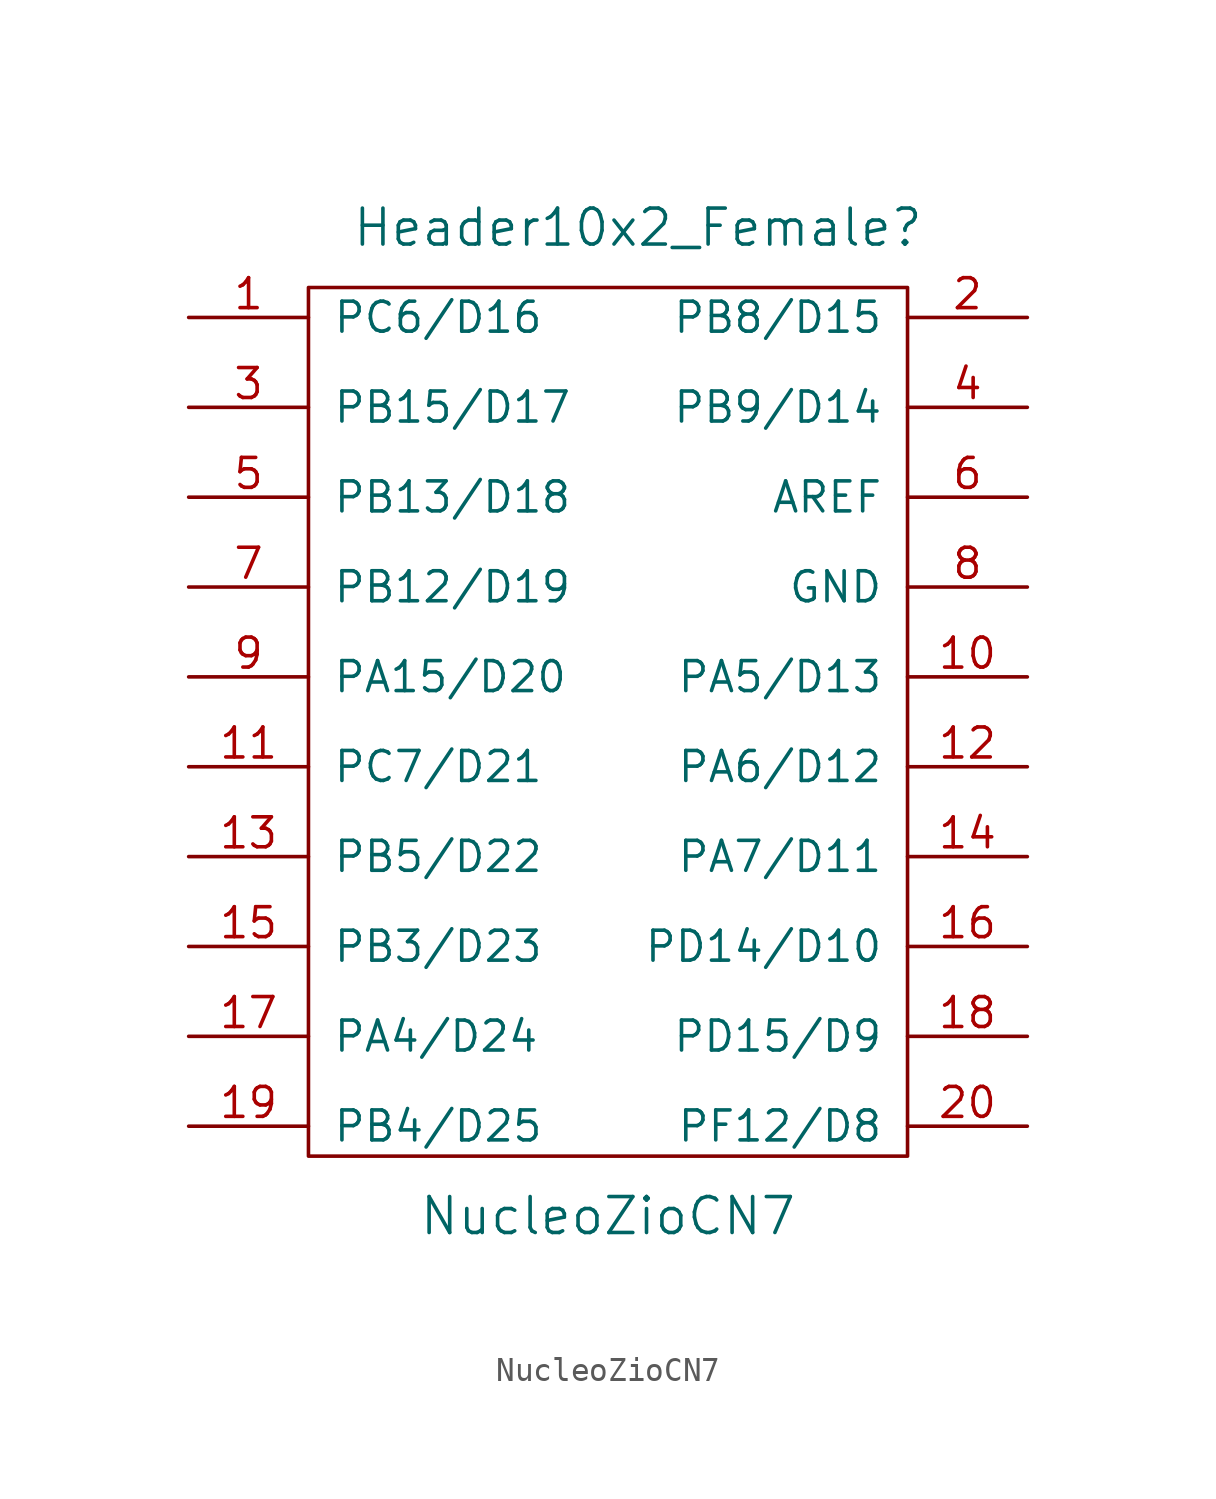
<source format=kicad_sym>
(kicad_symbol_lib
  (version 20220914)
  (generator kicad_symbol_editor)
  (symbol "NucleoZioCN7"
    (pin_names
      (offset 1.016))
    (property "Reference" "Header10x2_Female"
      (at -11.43 55.88 0)
      (effects (font (size 1.524 1.524))))
    (property "Value" "NucleoZioCN7"
      (at -12.7 13.97 0)
      (effects (font (size 1.524 1.524))))
    (symbol "NucleoZioCN7_0_1"
      (rectangle (start -25.4 53.34) (end 0 16.51) (stroke (width 0) (type solid)) (fill (type none))))
    (symbol "NucleoZioCN7_1_1"
      (pin input line (at -30.48 52.07 0) (length 5.08) (name "PC6/D16" (effects (font (size 1.27 1.27)))) (number "1" (effects (font (size 1.27 1.27)))))
      (pin input line (at 5.08 36.83 180) (length 5.08) (name "PA5/D13" (effects (font (size 1.27 1.27)))) (number "10" (effects (font (size 1.27 1.27)))))
      (pin input line (at -30.48 33.02 0) (length 5.08) (name "PC7/D21" (effects (font (size 1.27 1.27)))) (number "11" (effects (font (size 1.27 1.27)))))
      (pin input line (at 5.08 33.02 180) (length 5.08) (name "PA6/D12" (effects (font (size 1.27 1.27)))) (number "12" (effects (font (size 1.27 1.27)))))
      (pin input line (at -30.48 29.21 0) (length 5.08) (name "PB5/D22" (effects (font (size 1.27 1.27)))) (number "13" (effects (font (size 1.27 1.27)))))
      (pin input line (at 5.08 29.21 180) (length 5.08) (name "PA7/D11" (effects (font (size 1.27 1.27)))) (number "14" (effects (font (size 1.27 1.27)))))
      (pin input line (at -30.48 25.4 0) (length 5.08) (name "PB3/D23" (effects (font (size 1.27 1.27)))) (number "15" (effects (font (size 1.27 1.27)))))
      (pin input line (at 5.08 25.4 180) (length 5.08) (name "PD14/D10" (effects (font (size 1.27 1.27)))) (number "16" (effects (font (size 1.27 1.27)))))
      (pin input line (at -30.48 21.59 0) (length 5.08) (name "PA4/D24" (effects (font (size 1.27 1.27)))) (number "17" (effects (font (size 1.27 1.27)))))
      (pin input line (at 5.08 21.59 180) (length 5.08) (name "PD15/D9" (effects (font (size 1.27 1.27)))) (number "18" (effects (font (size 1.27 1.27)))))
      (pin input line (at -30.48 17.78 0) (length 5.08) (name "PB4/D25" (effects (font (size 1.27 1.27)))) (number "19" (effects (font (size 1.27 1.27)))))
      (pin input line (at 5.08 52.07 180) (length 5.08) (name "PB8/D15" (effects (font (size 1.27 1.27)))) (number "2" (effects (font (size 1.27 1.27)))))
      (pin input line (at 5.08 17.78 180) (length 5.08) (name "PF12/D8" (effects (font (size 1.27 1.27)))) (number "20" (effects (font (size 1.27 1.27)))))
      (pin input line (at -30.48 48.26 0) (length 5.08) (name "PB15/D17" (effects (font (size 1.27 1.27)))) (number "3" (effects (font (size 1.27 1.27)))))
      (pin input line (at 5.08 48.26 180) (length 5.08) (name "PB9/D14" (effects (font (size 1.27 1.27)))) (number "4" (effects (font (size 1.27 1.27)))))
      (pin input line (at -30.48 44.45 0) (length 5.08) (name "PB13/D18" (effects (font (size 1.27 1.27)))) (number "5" (effects (font (size 1.27 1.27)))))
      (pin input line (at 5.08 44.45 180) (length 5.08) (name "AREF" (effects (font (size 1.27 1.27)))) (number "6" (effects (font (size 1.27 1.27)))))
      (pin input line (at -30.48 40.64 0) (length 5.08) (name "PB12/D19" (effects (font (size 1.27 1.27)))) (number "7" (effects (font (size 1.27 1.27)))))
      (pin input line (at 5.08 40.64 180) (length 5.08) (name "GND" (effects (font (size 1.27 1.27)))) (number "8" (effects (font (size 1.27 1.27)))))
      (pin input line (at -30.48 36.83 0) (length 5.08) (name "PA15/D20" (effects (font (size 1.27 1.27)))) (number "9" (effects (font (size 1.27 1.27))))))))
</source>
